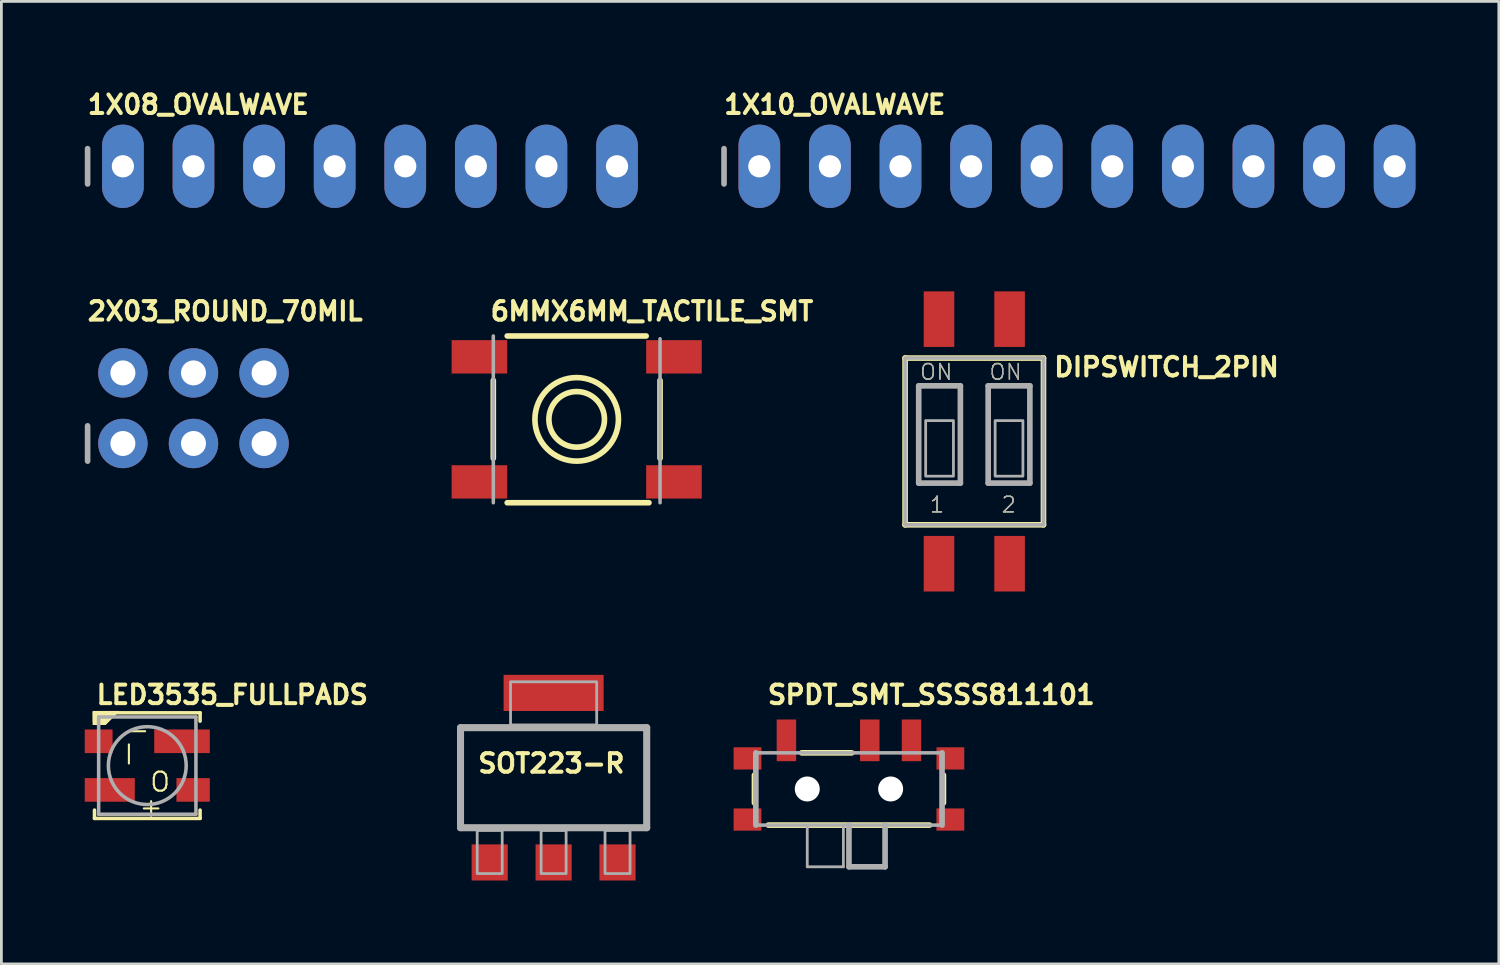
<source format=kicad_pcb>
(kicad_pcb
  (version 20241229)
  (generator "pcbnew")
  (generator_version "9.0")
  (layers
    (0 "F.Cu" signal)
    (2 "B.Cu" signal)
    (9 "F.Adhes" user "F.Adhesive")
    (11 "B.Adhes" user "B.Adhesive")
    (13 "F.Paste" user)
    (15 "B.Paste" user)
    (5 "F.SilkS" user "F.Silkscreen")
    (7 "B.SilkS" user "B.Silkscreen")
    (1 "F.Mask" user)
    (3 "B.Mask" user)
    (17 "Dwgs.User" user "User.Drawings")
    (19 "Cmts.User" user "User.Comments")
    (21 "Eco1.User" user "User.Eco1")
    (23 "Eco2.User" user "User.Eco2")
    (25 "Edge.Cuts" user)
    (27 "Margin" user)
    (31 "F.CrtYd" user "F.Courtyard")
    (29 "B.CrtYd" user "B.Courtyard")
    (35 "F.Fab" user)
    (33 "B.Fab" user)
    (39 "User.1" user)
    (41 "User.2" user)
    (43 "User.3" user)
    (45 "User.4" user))
  (footprint "1X08_OVALWAVE"
    (layer "F.Cu")
    (at 10.262 2.934)
    (property "Reference" "1X08_OVALWAVE" (at -10.236 -1.829 0) (layer "F.SilkS") (effects (font (size 0.666 0.666) (thickness 0.146)) (justify left bottom)))
    (fp_line (start -10.16 -0.635) (end -10.16 0.635) (stroke (width 0.203) (type solid)) (layer "F.Fab"))
    (fp_poly (pts (xy -9.144 0.254) (xy -8.636 0.254) (xy -8.636 -0.254) (xy -9.144 -0.254)) (stroke (width 0.1) (type default)) (fill no) (layer "F.Fab"))
    (fp_poly (pts (xy -6.604 0.254) (xy -6.096 0.254) (xy -6.096 -0.254) (xy -6.604 -0.254)) (stroke (width 0.1) (type default)) (fill no) (layer "F.Fab"))
    (fp_poly (pts (xy -4.064 0.254) (xy -3.556 0.254) (xy -3.556 -0.254) (xy -4.064 -0.254)) (stroke (width 0.1) (type default)) (fill no) (layer "F.Fab"))
    (fp_poly (pts (xy -1.524 0.254) (xy -1.016 0.254) (xy -1.016 -0.254) (xy -1.524 -0.254)) (stroke (width 0.1) (type default)) (fill no) (layer "F.Fab"))
    (fp_poly (pts (xy 1.016 0.254) (xy 1.524 0.254) (xy 1.524 -0.254) (xy 1.016 -0.254)) (stroke (width 0.1) (type default)) (fill no) (layer "F.Fab"))
    (fp_poly (pts (xy 3.556 0.254) (xy 4.064 0.254) (xy 4.064 -0.254) (xy 3.556 -0.254)) (stroke (width 0.1) (type default)) (fill no) (layer "F.Fab"))
    (fp_poly (pts (xy 6.096 0.254) (xy 6.604 0.254) (xy 6.604 -0.254) (xy 6.096 -0.254)) (stroke (width 0.1) (type default)) (fill no) (layer "F.Fab"))
    (fp_poly (pts (xy 8.636 0.254) (xy 9.144 0.254) (xy 9.144 -0.254) (xy 8.636 -0.254)) (stroke (width 0.1) (type default)) (fill no) (layer "F.Fab"))
    (pad "1" thru_hole oval (at -8.89 0 90) (size 3 1.5) (drill 0.8) (layers "*.Cu" "*.Mask"))
    (pad "2" thru_hole oval (at -6.35 0 90) (size 3 1.5) (drill 0.8) (layers "*.Cu" "*.Mask"))
    (pad "3" thru_hole oval (at -3.81 0 90) (size 3 1.5) (drill 0.8) (layers "*.Cu" "*.Mask"))
    (pad "4" thru_hole oval (at -1.27 0 90) (size 3 1.5) (drill 0.8) (layers "*.Cu" "*.Mask"))
    (pad "5" thru_hole oval (at 1.27 0 90) (size 3 1.5) (drill 0.8) (layers "*.Cu" "*.Mask"))
    (pad "6" thru_hole oval (at 3.81 0 90) (size 3 1.5) (drill 0.8) (layers "*.Cu" "*.Mask"))
    (pad "7" thru_hole oval (at 6.35 0 90) (size 3 1.5) (drill 0.8) (layers "*.Cu" "*.Mask"))
    (pad "8" thru_hole oval (at 8.89 0 90) (size 3 1.5) (drill 0.8) (layers "*.Cu" "*.Mask")))
  (footprint "DIPSWITCH_2PIN"
    (layer "F.Cu")
    (at 32.008 12.834)
    (property "Reference" "DIPSWITCH_2PIN" (at 2.794 -2.286 0) (layer "F.SilkS") (effects (font (size 0.666 0.666) (thickness 0.146)) (justify left bottom)))
    (fp_line (start -2.49 3) (end -2.49 -3) (stroke (width 0.203) (type solid)) (layer "F.SilkS"))
    (fp_line (start 2.49 -3) (end -2.49 -3) (stroke (width 0.203) (type solid)) (layer "F.SilkS"))
    (fp_line (start 2.49 3) (end -2.49 3) (stroke (width 0.203) (type solid)) (layer "F.SilkS"))
    (fp_line (start 2.49 3) (end 2.49 -3) (stroke (width 0.203) (type solid)) (layer "F.SilkS"))
    (fp_line (start -2.49 3) (end -2.49 -3) (stroke (width 0.127) (type solid)) (layer "F.Fab"))
    (fp_line (start -2 -2) (end -2 1.5) (stroke (width 0.203) (type solid)) (layer "F.Fab"))
    (fp_line (start -0.5 -2) (end -2 -2) (stroke (width 0.203) (type solid)) (layer "F.Fab"))
    (fp_line (start -0.5 -2) (end -0.5 1.5) (stroke (width 0.203) (type solid)) (layer "F.Fab"))
    (fp_line (start -0.5 1.5) (end -2 1.5) (stroke (width 0.203) (type solid)) (layer "F.Fab"))
    (fp_line (start 0.5 -2) (end 2 -2) (stroke (width 0.203) (type solid)) (layer "F.Fab"))
    (fp_line (start 0.5 1.5) (end 0.5 -2) (stroke (width 0.203) (type solid)) (layer "F.Fab"))
    (fp_line (start 2 -2) (end 2 1.5) (stroke (width 0.203) (type solid)) (layer "F.Fab"))
    (fp_line (start 2 1.5) (end 0.5 1.5) (stroke (width 0.203) (type solid)) (layer "F.Fab"))
    (fp_line (start 2.49 -3) (end -2.49 -3) (stroke (width 0.127) (type solid)) (layer "F.Fab"))
    (fp_line (start 2.49 3) (end -2.49 3) (stroke (width 0.127) (type solid)) (layer "F.Fab"))
    (fp_line (start 2.49 3) (end 2.49 -3) (stroke (width 0.127) (type solid)) (layer "F.Fab"))
    (fp_poly (pts (xy -0.75 -0.75) (xy -1.75 -0.75) (xy -1.75 1.25) (xy -0.75 1.25)) (stroke (width 0.1) (type default)) (fill no) (layer "F.Fab"))
    (fp_poly (pts (xy 1.75 -0.75) (xy 0.75 -0.75) (xy 0.75 1.25) (xy 1.75 1.25)) (stroke (width 0.1) (type default)) (fill no) (layer "F.Fab"))
    (fp_text user "2" (at 1.54 1.949 0) (layer "F.SilkS") (effects (font (size 0.561 0.561) (thickness 0.049)) (justify right top)))
    (fp_text user "ON" (at 1.75 -2.826 0) (layer "F.SilkS") (effects (font (size 0.561 0.561) (thickness 0.049)) (justify right top)))
    (fp_text user "ON" (at -0.75 -2.826 0) (layer "F.SilkS") (effects (font (size 0.561 0.561) (thickness 0.049)) (justify right top)))
    (fp_text user "1" (at -1.04 1.949 0) (layer "F.SilkS") (effects (font (size 0.561 0.561) (thickness 0.049)) (justify right top)))
    (fp_text user "2" (at 1.54 1.949 0) (layer "F.Fab") (effects (font (size 0.561 0.561) (thickness 0.049)) (justify right top)))
    (fp_text user "ON" (at -0.75 -2.826 0) (layer "F.Fab") (effects (font (size 0.561 0.561) (thickness 0.049)) (justify right top)))
    (fp_text user "1" (at -1.04 1.949 0) (layer "F.Fab") (effects (font (size 0.561 0.561) (thickness 0.049)) (justify right top)))
    (fp_text user "ON" (at 1.75 -2.826 0) (layer "F.Fab") (effects (font (size 0.561 0.561) (thickness 0.049)) (justify right top)))
    (pad "1OFF" smd rect (at -1.27 4.4 270) (size 2 1.1) (layers "F.Cu" "F.Mask" "F.Paste"))
    (pad "1ON" smd rect (at -1.27 -4.4 270) (size 2 1.1) (layers "F.Cu" "F.Mask" "F.Paste"))
    (pad "2OFF" smd rect (at 1.27 4.4 270) (size 2 1.1) (layers "F.Cu" "F.Mask" "F.Paste"))
    (pad "2ON" smd rect (at 1.27 -4.4 270) (size 2 1.1) (layers "F.Cu" "F.Mask" "F.Paste")))
  (footprint "SPDT_SMT_SSSS811101"
    (layer "F.Cu")
    (at 27.498 24.832)
    (property "Reference" "SPDT_SMT_SSSS811101" (at -3 -2.492 0) (layer "F.SilkS") (effects (font (size 0.666 0.666) (thickness 0.146)) (justify left bottom)))
    (fp_line (start -3.4 0.008) (end -3.4 1.008) (stroke (width 0.203) (type solid)) (layer "F.SilkS"))
    (fp_line (start -2.9 1.808) (end 2.9 1.808) (stroke (width 0.203) (type solid)) (layer "F.SilkS"))
    (fp_line (start -1.7 -0.792) (end 0.1 -0.792) (stroke (width 0.203) (type solid)) (layer "F.SilkS"))
    (fp_line (start 3.4 0.008) (end 3.4 1.008) (stroke (width 0.203) (type solid)) (layer "F.SilkS"))
    (fp_line (start -3.35 -0.792) (end -3.35 1.808) (stroke (width 0.203) (type solid)) (layer "F.Fab"))
    (fp_line (start -3.35 -0.792) (end 3.35 -0.792) (stroke (width 0.127) (type solid)) (layer "F.Fab"))
    (fp_line (start -3.35 1.808) (end 3.35 1.808) (stroke (width 0.127) (type solid)) (layer "F.Fab"))
    (fp_line (start -1.5 1.808) (end -1.5 3.308) (stroke (width 0.1) (type solid)) (layer "F.Fab"))
    (fp_line (start -1.5 3.308) (end -0.2 3.308) (stroke (width 0.1) (type solid)) (layer "F.Fab"))
    (fp_line (start -0.2 3.308) (end -0.2 1.808) (stroke (width 0.1) (type solid)) (layer "F.Fab"))
    (fp_line (start 0 1.808) (end 0 3.308) (stroke (width 0.203) (type solid)) (layer "F.Fab"))
    (fp_line (start 0 3.308) (end 1.3 3.308) (stroke (width 0.203) (type solid)) (layer "F.Fab"))
    (fp_line (start 1.3 3.308) (end 1.3 1.808) (stroke (width 0.203) (type solid)) (layer "F.Fab"))
    (fp_line (start 3.35 -0.792) (end 3.35 1.808) (stroke (width 0.203) (type solid)) (layer "F.Fab"))
    (pad "" np_thru_hole circle (at -1.5 0.508) (size 0.9 0.9) (drill 0.9) (layers "*.Cu" "*.Mask"))
    (pad "" np_thru_hole circle (at 1.5 0.508) (size 0.9 0.9) (drill 0.9) (layers "*.Cu" "*.Mask"))
    (pad "A" smd rect (at -2.25 -1.242) (size 0.7 1.5) (layers "F.Cu" "F.Mask" "F.Paste"))
    (pad "B" smd rect (at 0.75 -1.242) (size 0.7 1.5) (layers "F.Cu" "F.Mask" "F.Paste"))
    (pad "C" smd rect (at 2.25 -1.242) (size 0.7 1.5) (layers "F.Cu" "F.Mask" "F.Paste"))
    (pad "SUP1" smd rect (at -3.65 -0.592) (size 1 0.8) (layers "F.Cu" "F.Mask" "F.Paste"))
    (pad "SUP2" smd rect (at -3.65 1.608) (size 1 0.8) (layers "F.Cu" "F.Mask" "F.Paste"))
    (pad "SUP3" smd rect (at 3.65 -0.592) (size 1 0.8) (layers "F.Cu" "F.Mask" "F.Paste"))
    (pad "SUP4" smd rect (at 3.65 1.608) (size 1 0.8) (layers "F.Cu" "F.Mask" "F.Paste")))
  (footprint "SOT223-R"
    (layer "F.Cu")
    (at 16.871 24.934)
    (property "Reference" "SOT223-R" (at -2.794 -0.127 0) (layer "F.SilkS") (effects (font (size 0.666 0.666) (thickness 0.146)) (justify left bottom)))
    (fp_line (start -3.35 -1.8) (end 3.35 -1.8) (stroke (width 0.203) (type solid)) (layer "F.SilkS"))
    (fp_line (start -3.35 1.8) (end -3.35 -1.8) (stroke (width 0.203) (type solid)) (layer "F.SilkS"))
    (fp_line (start -3.278 1.8) (end 0.724 1.8) (stroke (width 0.203) (type solid)) (layer "F.SilkS"))
    (fp_line (start 0.8 1.8) (end 3.278 1.8) (stroke (width 0.203) (type solid)) (layer "F.SilkS"))
    (fp_line (start 3.35 1.8) (end 3.35 -1.8) (stroke (width 0.203) (type solid)) (layer "F.SilkS"))
    (fp_line (start -3.35 -1.8) (end -3.35 1.8) (stroke (width 0.254) (type solid)) (layer "F.Fab"))
    (fp_line (start -3.35 1.8) (end 3.35 1.8) (stroke (width 0.254) (type solid)) (layer "F.Fab"))
    (fp_line (start 3.35 -1.8) (end -3.35 -1.8) (stroke (width 0.254) (type solid)) (layer "F.Fab"))
    (fp_line (start 3.35 1.8) (end 3.35 -1.8) (stroke (width 0.254) (type solid)) (layer "F.Fab"))
    (fp_poly (pts (xy -2.75 3.45) (xy -1.85 3.45) (xy -1.85 1.9) (xy -2.75 1.9)) (stroke (width 0.1) (type default)) (fill no) (layer "F.Fab"))
    (fp_poly (pts (xy -1.55 -1.9) (xy 1.55 -1.9) (xy 1.55 -3.45) (xy -1.55 -3.45)) (stroke (width 0.1) (type default)) (fill no) (layer "F.Fab"))
    (fp_poly (pts (xy -0.45 3.45) (xy 0.45 3.45) (xy 0.45 1.9) (xy -0.45 1.9)) (stroke (width 0.1) (type default)) (fill no) (layer "F.Fab"))
    (fp_poly (pts (xy 1.85 3.45) (xy 2.75 3.45) (xy 2.75 1.9) (xy 1.85 1.9)) (stroke (width 0.1) (type default)) (fill no) (layer "F.Fab"))
    (pad "1" smd rect (at -2.3 3.05) (size 1.3 1.3) (layers "F.Cu" "F.Mask" "F.Paste"))
    (pad "2" smd rect (at 0 3.05) (size 1.3 1.3) (layers "F.Cu" "F.Mask" "F.Paste"))
    (pad "3" smd rect (at 2.3 3.05) (size 1.3 1.3) (layers "F.Cu" "F.Mask" "F.Paste"))
    (pad "4" smd rect (at 0 -3.05) (size 3.6 1.3) (layers "F.Cu" "F.Mask" "F.Paste")))
  (footprint "1X10_OVALWAVE"
    (layer "F.Cu")
    (at 35.703 2.934)
    (property "Reference" "1X10_OVALWAVE" (at -12.776 -1.829 0) (layer "F.SilkS") (effects (font (size 0.666 0.666) (thickness 0.146)) (justify left bottom)))
    (fp_line (start -12.7 -0.635) (end -12.7 0.635) (stroke (width 0.203) (type solid)) (layer "F.Fab"))
    (fp_poly (pts (xy -11.684 0.254) (xy -11.176 0.254) (xy -11.176 -0.254) (xy -11.684 -0.254)) (stroke (width 0.1) (type default)) (fill no) (layer "F.Fab"))
    (fp_poly (pts (xy -9.144 0.254) (xy -8.636 0.254) (xy -8.636 -0.254) (xy -9.144 -0.254)) (stroke (width 0.1) (type default)) (fill no) (layer "F.Fab"))
    (fp_poly (pts (xy -6.604 0.254) (xy -6.096 0.254) (xy -6.096 -0.254) (xy -6.604 -0.254)) (stroke (width 0.1) (type default)) (fill no) (layer "F.Fab"))
    (fp_poly (pts (xy -4.064 0.254) (xy -3.556 0.254) (xy -3.556 -0.254) (xy -4.064 -0.254)) (stroke (width 0.1) (type default)) (fill no) (layer "F.Fab"))
    (fp_poly (pts (xy -1.524 0.254) (xy -1.016 0.254) (xy -1.016 -0.254) (xy -1.524 -0.254)) (stroke (width 0.1) (type default)) (fill no) (layer "F.Fab"))
    (fp_poly (pts (xy 1.016 0.254) (xy 1.524 0.254) (xy 1.524 -0.254) (xy 1.016 -0.254)) (stroke (width 0.1) (type default)) (fill no) (layer "F.Fab"))
    (fp_poly (pts (xy 3.556 0.254) (xy 4.064 0.254) (xy 4.064 -0.254) (xy 3.556 -0.254)) (stroke (width 0.1) (type default)) (fill no) (layer "F.Fab"))
    (fp_poly (pts (xy 6.096 0.254) (xy 6.604 0.254) (xy 6.604 -0.254) (xy 6.096 -0.254)) (stroke (width 0.1) (type default)) (fill no) (layer "F.Fab"))
    (fp_poly (pts (xy 8.636 0.254) (xy 9.144 0.254) (xy 9.144 -0.254) (xy 8.636 -0.254)) (stroke (width 0.1) (type default)) (fill no) (layer "F.Fab"))
    (fp_poly (pts (xy 11.176 0.254) (xy 11.684 0.254) (xy 11.684 -0.254) (xy 11.176 -0.254)) (stroke (width 0.1) (type default)) (fill no) (layer "F.Fab"))
    (pad "1" thru_hole oval (at -11.43 0 90) (size 3 1.5) (drill 0.8) (layers "*.Cu" "*.Mask"))
    (pad "2" thru_hole oval (at -8.89 0 90) (size 3 1.5) (drill 0.8) (layers "*.Cu" "*.Mask"))
    (pad "3" thru_hole oval (at -6.35 0 90) (size 3 1.5) (drill 0.8) (layers "*.Cu" "*.Mask"))
    (pad "4" thru_hole oval (at -3.81 0 90) (size 3 1.5) (drill 0.8) (layers "*.Cu" "*.Mask"))
    (pad "5" thru_hole oval (at -1.27 0 90) (size 3 1.5) (drill 0.8) (layers "*.Cu" "*.Mask"))
    (pad "6" thru_hole oval (at 1.27 0 90) (size 3 1.5) (drill 0.8) (layers "*.Cu" "*.Mask"))
    (pad "7" thru_hole oval (at 3.81 0 90) (size 3 1.5) (drill 0.8) (layers "*.Cu" "*.Mask"))
    (pad "8" thru_hole oval (at 6.35 0 90) (size 3 1.5) (drill 0.8) (layers "*.Cu" "*.Mask"))
    (pad "9" thru_hole oval (at 8.89 0 90) (size 3 1.5) (drill 0.8) (layers "*.Cu" "*.Mask"))
    (pad "10" thru_hole oval (at 11.43 0 90) (size 3 1.5) (drill 0.8) (layers "*.Cu" "*.Mask")))
  (footprint "6MMX6MM_TACTILE_SMT"
    (layer "F.Cu")
    (at 17.701 12.04)
    (property "Reference" "6MMX6MM_TACTILE_SMT" (at -3.175 -3.5 0) (layer "F.SilkS") (effects (font (size 0.666 0.666) (thickness 0.146)) (justify left bottom)))
    (fp_line (start -3 1.4) (end -3 -1.4) (stroke (width 0.203) (type solid)) (layer "F.SilkS"))
    (fp_line (start -2.5 -3) (end 2.5 -3) (stroke (width 0.203) (type solid)) (layer "F.SilkS"))
    (fp_line (start 2.6 3) (end -2.5 3) (stroke (width 0.203) (type solid)) (layer "F.SilkS"))
    (fp_line (start 3 -1.4) (end 3 1.4) (stroke (width 0.203) (type solid)) (layer "F.SilkS"))
    (fp_circle (center 0 0) (end 1 0) (stroke (width 0.203) (type solid)) (fill no) (layer "F.SilkS"))
    (fp_circle (center 0 0) (end 1.503 0) (stroke (width 0.203) (type solid)) (fill no) (layer "F.SilkS"))
    (fp_line (start -3 3) (end -3 -3) (stroke (width 0.127) (type solid)) (layer "F.Fab"))
    (fp_line (start 3 -2.9) (end 3 3) (stroke (width 0.127) (type solid)) (layer "F.Fab"))
    (pad "A" smd rect (at -3.5 2.25) (size 2 1.2) (layers "F.Cu" "F.Mask" "F.Paste"))
    (pad "A'" smd rect (at 3.5 2.25) (size 2 1.2) (layers "F.Cu" "F.Mask" "F.Paste"))
    (pad "B" smd rect (at -3.5 -2.25) (size 2 1.2) (layers "F.Cu" "F.Mask" "F.Paste"))
    (pad "B'" smd rect (at 3.5 -2.25) (size 2 1.2) (layers "F.Cu" "F.Mask" "F.Paste")))
  (footprint "LED3535_FULLPADS"
    (layer "F.Cu")
    (at 2.25 24.499)
    (property "Reference" "LED3535_FULLPADS" (at -1.905 -2.159 0) (layer "F.SilkS") (effects (font (size 0.666 0.666) (thickness 0.146)) (justify left bottom)))
    (fp_line (start -1.9 -1.9) (end 1.9 -1.9) (stroke (width 0.127) (type solid)) (layer "F.SilkS"))
    (fp_line (start -1.9 -1.6) (end -1.9 -1.9) (stroke (width 0.127) (type solid)) (layer "F.SilkS"))
    (fp_line (start -1.9 1.6) (end -1.9 1.9) (stroke (width 0.127) (type solid)) (layer "F.SilkS"))
    (fp_line (start -1.9 1.9) (end 1.9 1.9) (stroke (width 0.127) (type solid)) (layer "F.SilkS"))
    (fp_line (start 1.9 -1.9) (end 1.9 -1.6) (stroke (width 0.127) (type solid)) (layer "F.SilkS"))
    (fp_line (start 1.9 1.9) (end 1.9 1.6) (stroke (width 0.127) (type solid)) (layer "F.SilkS"))
    (fp_poly (pts (xy -1.498 -1.46) (xy -1.968 -1.46) (xy -1.968 -1.968) (xy -0.99 -1.968)) (stroke (width 0) (type default)) (fill yes) (layer "F.SilkS"))
    (fp_line (start -1.75 -1.75) (end 1.75 -1.75) (stroke (width 0.127) (type solid)) (layer "F.Fab"))
    (fp_line (start -1.75 1.75) (end -1.75 -1.75) (stroke (width 0.127) (type solid)) (layer "F.Fab"))
    (fp_line (start 1.75 -1.75) (end 1.75 1.75) (stroke (width 0.127) (type solid)) (layer "F.Fab"))
    (fp_line (start 1.75 1.75) (end -1.75 1.75) (stroke (width 0.127) (type solid)) (layer "F.Fab"))
    (fp_circle (center 0 0) (end 1.4 0) (stroke (width 0.127) (type solid)) (fill no) (layer "F.Fab"))
    (fp_text user "+" (at 0.138 1.489 0) (layer "F.SilkS") (effects (font (size 0.686 0.686) (thickness 0.076))))
    (fp_text user "-" (at -0.338 -1.289 0) (layer "F.SilkS") (effects (font (size 0.686 0.686) (thickness 0.076))))
    (fp_text user "O" (at 0.462 0.589 0) (layer "F.SilkS") (effects (font (size 0.686 0.686) (thickness 0.076))))
    (fp_text user "I" (at -0.662 -0.389 0) (layer "F.SilkS") (effects (font (size 0.686 0.686) (thickness 0.076))))
    (pad "1" smd rect (at -1.75 -0.875 90) (size 0.85 1) (layers "F.Cu" "F.Mask" "F.Paste"))
    (pad "2" smd rect (at -1.35 0.875 90) (size 0.85 1.8) (layers "F.Cu" "F.Mask" "F.Paste"))
    (pad "3" smd rect (at 1.65 0.875 90) (size 0.85 1.2) (layers "F.Cu" "F.Mask" "F.Paste"))
    (pad "4" smd rect (at 1.25 -0.875 90) (size 0.85 2) (layers "F.Cu" "F.Mask" "F.Paste")))
  (footprint "2X03_ROUND_70MIL"
    (layer "F.Cu")
    (at 3.912 11.638)
    (property "Reference" "2X03_ROUND_70MIL" (at -3.886 -3.099 0) (layer "F.SilkS") (effects (font (size 0.666 0.666) (thickness 0.146)) (justify left bottom)))
    (fp_line (start -3.81 0.635) (end -3.81 1.905) (stroke (width 0.203) (type solid)) (layer "F.Fab"))
    (fp_poly (pts (xy -2.794 -1.016) (xy -2.286 -1.016) (xy -2.286 -1.524) (xy -2.794 -1.524)) (stroke (width 0.1) (type default)) (fill no) (layer "F.Fab"))
    (fp_poly (pts (xy -2.794 1.524) (xy -2.286 1.524) (xy -2.286 1.016) (xy -2.794 1.016)) (stroke (width 0.1) (type default)) (fill no) (layer "F.Fab"))
    (fp_poly (pts (xy -0.254 -1.016) (xy 0.254 -1.016) (xy 0.254 -1.524) (xy -0.254 -1.524)) (stroke (width 0.1) (type default)) (fill no) (layer "F.Fab"))
    (fp_poly (pts (xy -0.254 1.524) (xy 0.254 1.524) (xy 0.254 1.016) (xy -0.254 1.016)) (stroke (width 0.1) (type default)) (fill no) (layer "F.Fab"))
    (fp_poly (pts (xy 2.286 -1.016) (xy 2.794 -1.016) (xy 2.794 -1.524) (xy 2.286 -1.524)) (stroke (width 0.1) (type default)) (fill no) (layer "F.Fab"))
    (fp_poly (pts (xy 2.286 1.524) (xy 2.794 1.524) (xy 2.794 1.016) (xy 2.286 1.016)) (stroke (width 0.1) (type default)) (fill no) (layer "F.Fab"))
    (pad "1" thru_hole circle (at -2.54 1.27 90) (size 1.778 1.778) (drill 0.9) (layers "*.Cu" "*.Mask"))
    (pad "2" thru_hole circle (at -2.54 -1.27 90) (size 1.778 1.778) (drill 0.9) (layers "*.Cu" "*.Mask"))
    (pad "3" thru_hole circle (at 0 1.27 90) (size 1.778 1.778) (drill 0.9) (layers "*.Cu" "*.Mask"))
    (pad "4" thru_hole circle (at 0 -1.27 90) (size 1.778 1.778) (drill 0.9) (layers "*.Cu" "*.Mask"))
    (pad "5" thru_hole circle (at 2.54 1.27 90) (size 1.778 1.778) (drill 0.9) (layers "*.Cu" "*.Mask"))
    (pad "6" thru_hole circle (at 2.54 -1.27 90) (size 1.778 1.778) (drill 0.9) (layers "*.Cu" "*.Mask")))
  (gr_rect
    (start -3 -3)
    (end 50.883 31.634)
    (stroke (width 0.1) (type default))
    (fill no)
    (layer "Edge.Cuts")))
</source>
